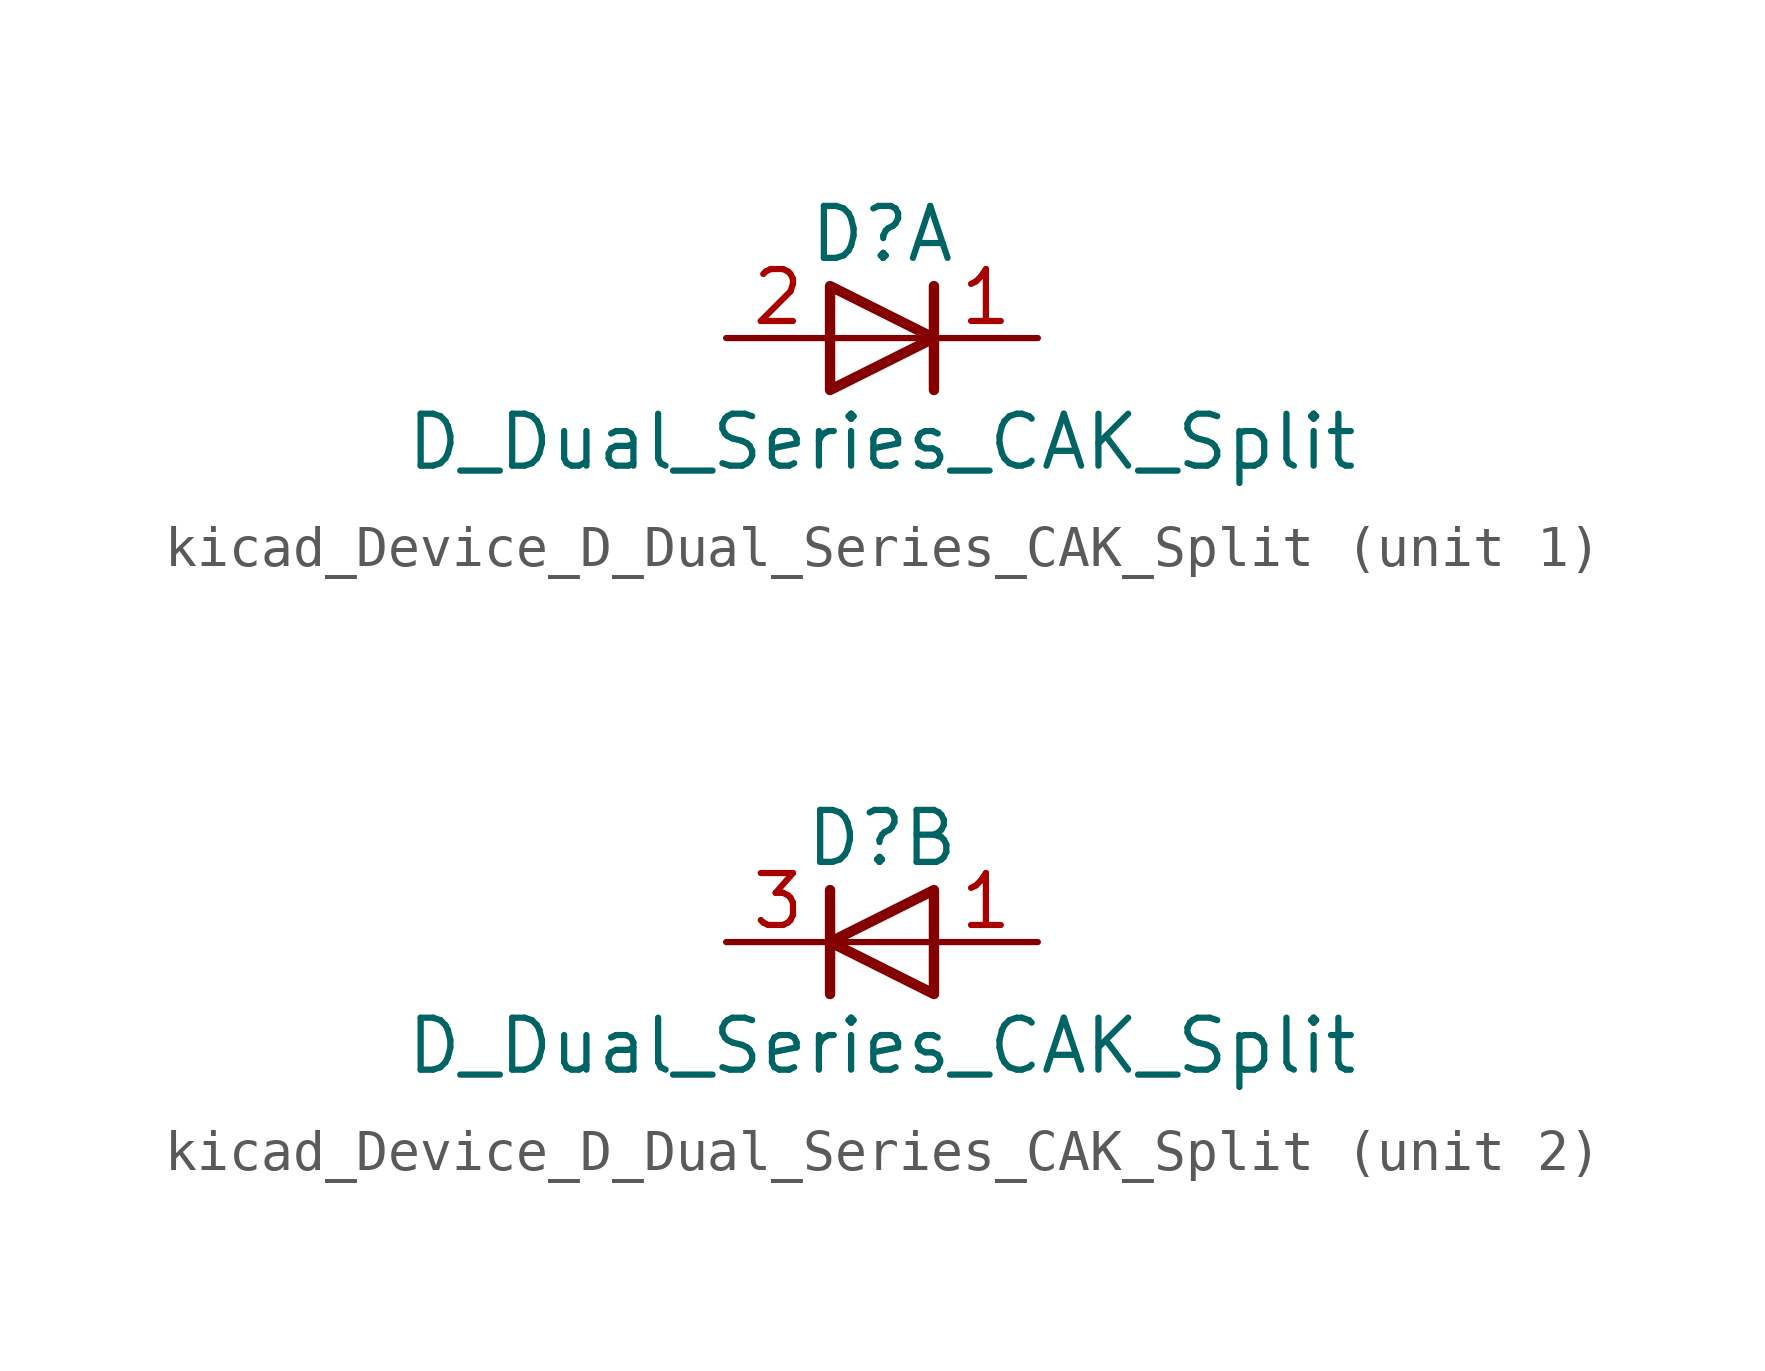
<source format=kicad_sym>
(kicad_symbol_lib
  (version 20220914)
  (generator kicad_symbol_editor)
  (symbol "kicad_Device_D_Dual_Series_CAK_Split"
    (pin_names
      (offset 0.762) hide)
    (property "Reference" "D"
      (at 0 2.54 0)
      (effects (font (size 1.27 1.27))))
    (property "Value" "D_Dual_Series_CAK_Split"
      (at 0 -2.54 0)
      (effects (font (size 1.27 1.27))))
    (property "ki_locked" ""
      (at 0 0 0)
      (effects (font (size 1.27 1.27))))
    (symbol "kicad_Device_D_Dual_Series_CAK_Split_0_1"
      (pin passive line (at 3.81 0 180) (length 2.54) (name "K" (effects (font (size 1.27 1.27)))) (number "1" (effects (font (size 1.27 1.27))))))
    (symbol "kicad_Device_D_Dual_Series_CAK_Split_1_0"
      (polyline (pts (xy 1.27 1.27) (xy 1.27 -1.27)) (stroke (width 0.254) (type default)) (fill (type none))))
    (symbol "kicad_Device_D_Dual_Series_CAK_Split_1_1"
      (polyline (pts (xy 1.27 0) (xy -1.27 0)) (stroke (width 0) (type default)) (fill (type none)))
      (polyline (pts (xy -1.27 1.27) (xy 1.27 0) (xy -1.27 -1.27) (xy -1.27 1.27) (xy -1.27 1.27) (xy -1.27 1.27)) (stroke (width 0.254) (type default)) (fill (type none)))
      (pin passive line (at -3.81 0 0) (length 2.54) (name "A" (effects (font (size 1.27 1.27)))) (number "2" (effects (font (size 1.27 1.27))))))
    (symbol "kicad_Device_D_Dual_Series_CAK_Split_2_0"
      (polyline (pts (xy -1.27 1.27) (xy -1.27 -1.27)) (stroke (width 0.254) (type default)) (fill (type none))))
    (symbol "kicad_Device_D_Dual_Series_CAK_Split_2_1"
      (polyline (pts (xy -1.27 0) (xy 1.27 0)) (stroke (width 0) (type default)) (fill (type none)))
      (polyline (pts (xy 1.27 1.27) (xy -1.27 0) (xy 1.27 -1.27) (xy 1.27 1.27) (xy 1.27 1.27) (xy 1.27 1.27)) (stroke (width 0.254) (type default)) (fill (type none)))
      (pin passive line (at -3.81 0 0) (length 2.54) (name "K" (effects (font (size 1.27 1.27)))) (number "3" (effects (font (size 1.27 1.27))))))))
</source>
